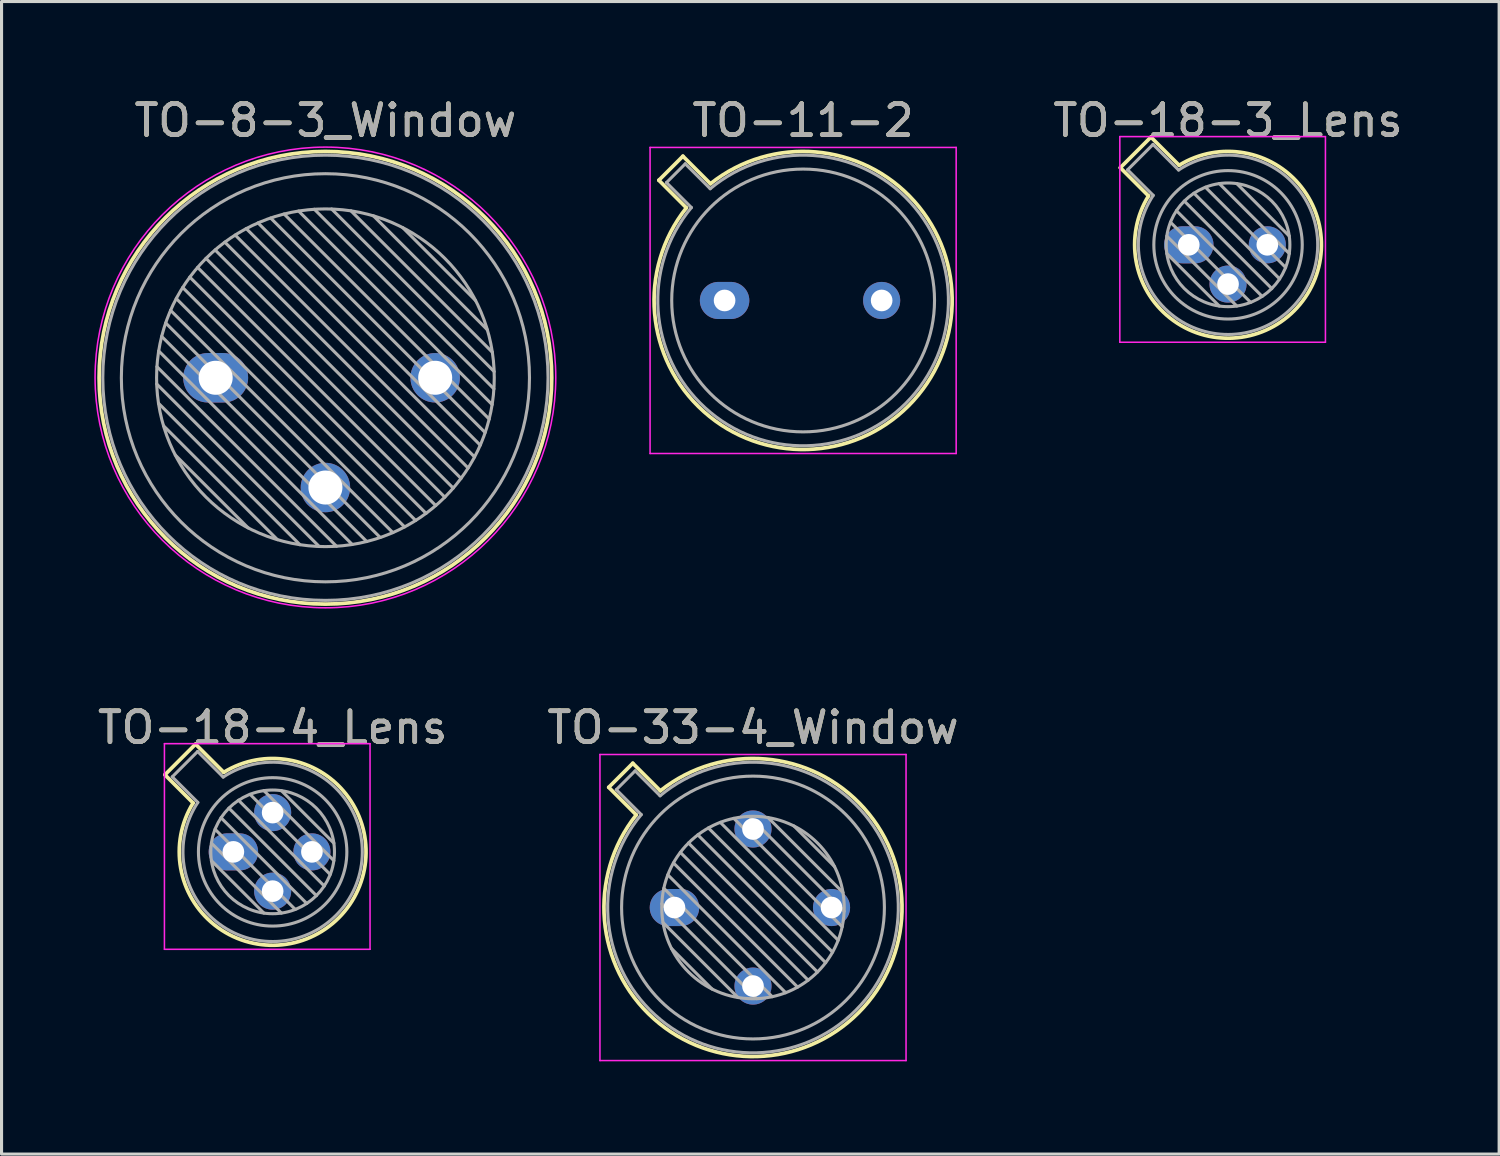
<source format=kicad_pcb>
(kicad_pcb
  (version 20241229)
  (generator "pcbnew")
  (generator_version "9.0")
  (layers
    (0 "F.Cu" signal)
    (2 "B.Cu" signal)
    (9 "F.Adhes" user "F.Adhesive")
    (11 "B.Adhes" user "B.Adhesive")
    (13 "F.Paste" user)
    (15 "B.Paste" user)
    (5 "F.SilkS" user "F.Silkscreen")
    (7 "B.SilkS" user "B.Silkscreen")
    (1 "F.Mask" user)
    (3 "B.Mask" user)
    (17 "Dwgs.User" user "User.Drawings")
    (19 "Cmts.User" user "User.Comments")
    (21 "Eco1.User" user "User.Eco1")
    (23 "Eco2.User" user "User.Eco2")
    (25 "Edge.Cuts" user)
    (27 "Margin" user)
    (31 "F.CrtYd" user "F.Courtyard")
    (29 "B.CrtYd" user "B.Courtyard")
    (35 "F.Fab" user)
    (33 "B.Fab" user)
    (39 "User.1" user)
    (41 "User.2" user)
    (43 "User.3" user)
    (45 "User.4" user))
  (footprint "TO-18-3_Lens"
    (layer "F.Cu")
    (at 35.398 4.868)
    (property "Reference" "TO-18-3_Lens" (at 1.27 -4.02 0) (layer "F.SilkS") (effects (font (size 1 1) (thickness 0.15))))
    (attr through_hole)
    (fp_line (start -2.214 -2.494) (end -1.302 -1.582) (stroke (width 0.12) (type solid)) (layer "F.SilkS"))
    (fp_line (start -1.224 -3.484) (end -2.214 -2.494) (stroke (width 0.12) (type solid)) (layer "F.SilkS"))
    (fp_line (start -0.312 -2.572) (end -1.224 -3.484) (stroke (width 0.12) (type solid)) (layer "F.SilkS"))
    (fp_arc (start -0.312331 -2.572281) (mid 3.405374 2.135551) (end -1.30215 -1.582544) (stroke (width 0.12) (type solid)) (layer "F.SilkS"))
    (fp_line (start -2.23 -3.5) (end -2.23 3.15) (stroke (width 0.05) (type solid)) (layer "F.CrtYd"))
    (fp_line (start -2.23 3.15) (end 4.42 3.15) (stroke (width 0.05) (type solid)) (layer "F.CrtYd"))
    (fp_line (start 4.42 -3.5) (end -2.23 -3.5) (stroke (width 0.05) (type solid)) (layer "F.CrtYd"))
    (fp_line (start 4.42 3.15) (end 4.42 -3.5) (stroke (width 0.05) (type solid)) (layer "F.CrtYd"))
    (fp_line (start -1.977 -2.426) (end -1.149 -1.599) (stroke (width 0.1) (type solid)) (layer "F.Fab"))
    (fp_line (start -1.156 -3.247) (end -1.977 -2.426) (stroke (width 0.1) (type solid)) (layer "F.Fab"))
    (fp_line (start -0.71 -0.283) (end 1.553 1.98) (stroke (width 0.1) (type solid)) (layer "F.Fab"))
    (fp_line (start -0.71 0.283) (end 0.987 1.98) (stroke (width 0.1) (type solid)) (layer "F.Fab"))
    (fp_line (start -0.592 -0.731) (end 2.001 1.862) (stroke (width 0.1) (type solid)) (layer "F.Fab"))
    (fp_line (start -0.399 -1.103) (end 2.373 1.669) (stroke (width 0.1) (type solid)) (layer "F.Fab"))
    (fp_line (start -0.329 -2.419) (end -1.156 -3.247) (stroke (width 0.1) (type solid)) (layer "F.Fab"))
    (fp_line (start -0.145 -1.415) (end 2.685 1.415) (stroke (width 0.1) (type solid)) (layer "F.Fab"))
    (fp_line (start 0.167 -1.669) (end 2.939 1.103) (stroke (width 0.1) (type solid)) (layer "F.Fab"))
    (fp_line (start 0.539 -1.862) (end 3.132 0.731) (stroke (width 0.1) (type solid)) (layer "F.Fab"))
    (fp_line (start 0.987 -1.98) (end 3.25 0.283) (stroke (width 0.1) (type solid)) (layer "F.Fab"))
    (fp_line (start 1.553 -1.98) (end 3.25 -0.283) (stroke (width 0.1) (type solid)) (layer "F.Fab"))
    (fp_arc (start -0.329057 -2.419301) (mid 3.321076 2.050143) (end -1.150029 -1.597956) (stroke (width 0.1) (type solid)) (layer "F.Fab"))
    (fp_circle (center 1.27 0) (end 3.27 0) (stroke (width 0.1) (type solid)) (fill no) (layer "F.Fab"))
    (fp_circle (center 1.27 0) (end 3.67 0) (stroke (width 0.1) (type solid)) (fill no) (layer "F.Fab"))
    (fp_text user "${REFERENCE}" (at 1.27 -4.02 0) (layer "F.Fab") (effects (font (size 1 1) (thickness 0.15))))
    (pad "1" thru_hole oval (at 0 0) (size 1.6 1.2) (drill 0.7) (layers "*.Cu" "*.Mask"))
    (pad "2" thru_hole oval (at 1.27 1.27) (size 1.2 1.2) (drill 0.7) (layers "*.Cu" "*.Mask"))
    (pad "3" thru_hole oval (at 2.54 0) (size 1.2 1.2) (drill 0.7) (layers "*.Cu" "*.Mask")))
  (footprint "TO-8-3_Window"
    (layer "F.Cu")
    (at 3.925 9.168)
    (property "Reference" "TO-8-3_Window" (at 3.55 -8.32 0) (layer "F.SilkS") (effects (font (size 1 1) (thickness 0.15))))
    (attr through_hole)
    (fp_circle (center 3.55 0) (end 10.87 0) (stroke (width 0.12) (type solid)) (fill no) (layer "F.SilkS"))
    (fp_circle (center 3.55 -0.01) (end 11 -0.01) (stroke (width 0.05) (type solid)) (fill no) (layer "F.CrtYd"))
    (fp_line (start -1.908 0.2) (end 3.35 5.458) (stroke (width 0.1) (type solid)) (layer "F.Fab"))
    (fp_line (start -1.9 -0.359) (end 3.909 5.45) (stroke (width 0.1) (type solid)) (layer "F.Fab"))
    (fp_line (start -1.849 0.825) (end 2.725 5.399) (stroke (width 0.1) (type solid)) (layer "F.Fab"))
    (fp_line (start -1.842 -0.867) (end 4.417 5.392) (stroke (width 0.1) (type solid)) (layer "F.Fab"))
    (fp_line (start -1.746 -1.336) (end 4.886 5.296) (stroke (width 0.1) (type solid)) (layer "F.Fab"))
    (fp_line (start -1.686 1.553) (end 1.997 5.236) (stroke (width 0.1) (type solid)) (layer "F.Fab"))
    (fp_line (start -1.616 -1.772) (end 5.322 5.166) (stroke (width 0.1) (type solid)) (layer "F.Fab"))
    (fp_line (start -1.458 -2.18) (end 5.73 5.008) (stroke (width 0.1) (type solid)) (layer "F.Fab"))
    (fp_line (start -1.307 2.498) (end 1.052 4.857) (stroke (width 0.1) (type solid)) (layer "F.Fab"))
    (fp_line (start -1.274 -2.561) (end 6.111 4.824) (stroke (width 0.1) (type solid)) (layer "F.Fab"))
    (fp_line (start -1.066 -2.919) (end 6.469 4.616) (stroke (width 0.1) (type solid)) (layer "F.Fab"))
    (fp_line (start -0.836 -3.255) (end 6.805 4.386) (stroke (width 0.1) (type solid)) (layer "F.Fab"))
    (fp_line (start -0.584 -3.569) (end 7.119 4.134) (stroke (width 0.1) (type solid)) (layer "F.Fab"))
    (fp_line (start -0.312 -3.862) (end 7.412 3.862) (stroke (width 0.1) (type solid)) (layer "F.Fab"))
    (fp_line (start -0.019 -4.134) (end 7.684 3.569) (stroke (width 0.1) (type solid)) (layer "F.Fab"))
    (fp_line (start 0.295 -4.386) (end 7.936 3.255) (stroke (width 0.1) (type solid)) (layer "F.Fab"))
    (fp_line (start 0.631 -4.616) (end 8.166 2.919) (stroke (width 0.1) (type solid)) (layer "F.Fab"))
    (fp_line (start 0.989 -4.824) (end 8.374 2.561) (stroke (width 0.1) (type solid)) (layer "F.Fab"))
    (fp_line (start 1.37 -5.008) (end 8.558 2.18) (stroke (width 0.1) (type solid)) (layer "F.Fab"))
    (fp_line (start 1.778 -5.166) (end 8.716 1.772) (stroke (width 0.1) (type solid)) (layer "F.Fab"))
    (fp_line (start 2.214 -5.296) (end 8.846 1.336) (stroke (width 0.1) (type solid)) (layer "F.Fab"))
    (fp_line (start 2.683 -5.392) (end 8.942 0.867) (stroke (width 0.1) (type solid)) (layer "F.Fab"))
    (fp_line (start 3.191 -5.45) (end 9 0.359) (stroke (width 0.1) (type solid)) (layer "F.Fab"))
    (fp_line (start 3.75 -5.458) (end 9.008 -0.2) (stroke (width 0.1) (type solid)) (layer "F.Fab"))
    (fp_line (start 4.375 -5.399) (end 8.949 -0.825) (stroke (width 0.1) (type solid)) (layer "F.Fab"))
    (fp_line (start 5.103 -5.236) (end 8.786 -1.553) (stroke (width 0.1) (type solid)) (layer "F.Fab"))
    (fp_line (start 6.048 -4.857) (end 8.407 -2.498) (stroke (width 0.1) (type solid)) (layer "F.Fab"))
    (fp_circle (center 3.55 0) (end 9.011 0) (stroke (width 0.1) (type solid)) (fill no) (layer "F.Fab"))
    (fp_circle (center 3.55 0) (end 10.15 0) (stroke (width 0.1) (type solid)) (fill no) (layer "F.Fab"))
    (fp_circle (center 3.55 0) (end 10.75 0) (stroke (width 0.1) (type solid)) (fill no) (layer "F.Fab"))
    (fp_text user "${REFERENCE}" (at 3.55 -8.32 0) (layer "F.Fab") (effects (font (size 1 1) (thickness 0.15))))
    (pad "1" thru_hole oval (at 0 0) (size 2.1 1.6) (drill 1.1) (layers "*.Cu" "*.Mask"))
    (pad "2" thru_hole oval (at 3.55 3.55) (size 1.6 1.6) (drill 1.1) (layers "*.Cu" "*.Mask"))
    (pad "3" thru_hole oval (at 7.1 0) (size 1.6 1.6) (drill 1.1) (layers "*.Cu" "*.Mask")))
  (footprint "TO-33-4_Window"
    (layer "F.Cu")
    (at 18.764 26.302)
    (property "Reference" "TO-33-4_Window" (at 2.54 -5.82 0) (layer "F.SilkS") (effects (font (size 1 1) (thickness 0.15))))
    (attr through_hole)
    (fp_line (start -2.126 -3.888) (end -1.235 -2.997) (stroke (width 0.12) (type solid)) (layer "F.SilkS"))
    (fp_line (start -1.348 -4.666) (end -2.126 -3.888) (stroke (width 0.12) (type solid)) (layer "F.SilkS"))
    (fp_line (start -0.457 -3.775) (end -1.348 -4.666) (stroke (width 0.12) (type solid)) (layer "F.SilkS"))
    (fp_arc (start -0.457084 -3.774902) (mid 5.948125 3.408384) (end -1.234674 -2.997371) (stroke (width 0.12) (type solid)) (layer "F.SilkS"))
    (fp_line (start -2.41 -4.95) (end -2.41 4.95) (stroke (width 0.05) (type solid)) (layer "F.CrtYd"))
    (fp_line (start -2.41 4.95) (end 7.49 4.95) (stroke (width 0.05) (type solid)) (layer "F.CrtYd"))
    (fp_line (start 7.49 -4.95) (end -2.41 -4.95) (stroke (width 0.05) (type solid)) (layer "F.CrtYd"))
    (fp_line (start 7.49 4.95) (end 7.49 -4.95) (stroke (width 0.05) (type solid)) (layer "F.CrtYd"))
    (fp_line (start -1.88 -3.812) (end -1.074 -3.005) (stroke (width 0.1) (type solid)) (layer "F.Fab"))
    (fp_line (start -1.272 -4.42) (end -1.88 -3.812) (stroke (width 0.1) (type solid)) (layer "F.Fab"))
    (fp_line (start -0.465 -3.614) (end -1.272 -4.42) (stroke (width 0.1) (type solid)) (layer "F.Fab"))
    (fp_line (start -0.408 -0.12) (end 2.66 2.948) (stroke (width 0.1) (type solid)) (layer "F.Fab"))
    (fp_line (start -0.371 0.485) (end 2.055 2.911) (stroke (width 0.1) (type solid)) (layer "F.Fab"))
    (fp_line (start -0.344 -0.622) (end 3.162 2.884) (stroke (width 0.1) (type solid)) (layer "F.Fab"))
    (fp_line (start -0.215 -1.058) (end 3.598 2.755) (stroke (width 0.1) (type solid)) (layer "F.Fab"))
    (fp_line (start -0.097 1.324) (end 1.216 2.637) (stroke (width 0.1) (type solid)) (layer "F.Fab"))
    (fp_line (start -0.034 -1.443) (end 3.983 2.574) (stroke (width 0.1) (type solid)) (layer "F.Fab"))
    (fp_line (start 0.19 -1.784) (end 4.324 2.35) (stroke (width 0.1) (type solid)) (layer "F.Fab"))
    (fp_line (start 0.454 -2.086) (end 4.626 2.086) (stroke (width 0.1) (type solid)) (layer "F.Fab"))
    (fp_line (start 0.756 -2.35) (end 4.89 1.784) (stroke (width 0.1) (type solid)) (layer "F.Fab"))
    (fp_line (start 1.097 -2.574) (end 5.114 1.443) (stroke (width 0.1) (type solid)) (layer "F.Fab"))
    (fp_line (start 1.482 -2.755) (end 5.295 1.058) (stroke (width 0.1) (type solid)) (layer "F.Fab"))
    (fp_line (start 1.918 -2.884) (end 5.424 0.622) (stroke (width 0.1) (type solid)) (layer "F.Fab"))
    (fp_line (start 2.42 -2.948) (end 5.488 0.12) (stroke (width 0.1) (type solid)) (layer "F.Fab"))
    (fp_line (start 3.025 -2.911) (end 5.451 -0.485) (stroke (width 0.1) (type solid)) (layer "F.Fab"))
    (fp_line (start 3.864 -2.637) (end 5.177 -1.324) (stroke (width 0.1) (type solid)) (layer "F.Fab"))
    (fp_arc (start -0.465408 -3.61352) (mid 5.863443 3.323361) (end -1.073594 -3.005319) (stroke (width 0.1) (type solid)) (layer "F.Fab"))
    (fp_circle (center 2.54 0) (end 5.49 0) (stroke (width 0.1) (type solid)) (fill no) (layer "F.Fab"))
    (fp_circle (center 2.54 0) (end 6.79 0) (stroke (width 0.1) (type solid)) (fill no) (layer "F.Fab"))
    (fp_text user "${REFERENCE}" (at 2.54 -5.82 0) (layer "F.Fab") (effects (font (size 1 1) (thickness 0.15))))
    (pad "1" thru_hole oval (at 0 0) (size 1.6 1.2) (drill 0.7) (layers "*.Cu" "*.Mask"))
    (pad "2" thru_hole oval (at 2.54 2.54) (size 1.2 1.2) (drill 0.7) (layers "*.Cu" "*.Mask"))
    (pad "3" thru_hole oval (at 5.08 0) (size 1.2 1.2) (drill 0.7) (layers "*.Cu" "*.Mask"))
    (pad "4" thru_hole oval (at 2.54 -2.54) (size 1.2 1.2) (drill 0.7) (layers "*.Cu" "*.Mask")))
  (footprint "TO-11-2"
    (layer "F.Cu")
    (at 20.385 6.668)
    (property "Reference" "TO-11-2" (at 2.54 -5.82 0) (layer "F.SilkS") (effects (font (size 1 1) (thickness 0.15))))
    (attr through_hole)
    (fp_line (start -2.126 -3.888) (end -1.235 -2.997) (stroke (width 0.12) (type solid)) (layer "F.SilkS"))
    (fp_line (start -1.348 -4.666) (end -2.126 -3.888) (stroke (width 0.12) (type solid)) (layer "F.SilkS"))
    (fp_line (start -0.457 -3.775) (end -1.348 -4.666) (stroke (width 0.12) (type solid)) (layer "F.SilkS"))
    (fp_arc (start -0.457084 -3.774902) (mid 5.948125 3.408384) (end -1.234674 -2.997371) (stroke (width 0.12) (type solid)) (layer "F.SilkS"))
    (fp_line (start -2.41 -4.95) (end -2.41 4.95) (stroke (width 0.05) (type solid)) (layer "F.CrtYd"))
    (fp_line (start -2.41 4.95) (end 7.49 4.95) (stroke (width 0.05) (type solid)) (layer "F.CrtYd"))
    (fp_line (start 7.49 -4.95) (end -2.41 -4.95) (stroke (width 0.05) (type solid)) (layer "F.CrtYd"))
    (fp_line (start 7.49 4.95) (end 7.49 -4.95) (stroke (width 0.05) (type solid)) (layer "F.CrtYd"))
    (fp_line (start -1.88 -3.812) (end -1.074 -3.005) (stroke (width 0.1) (type solid)) (layer "F.Fab"))
    (fp_line (start -1.272 -4.42) (end -1.88 -3.812) (stroke (width 0.1) (type solid)) (layer "F.Fab"))
    (fp_line (start -0.465 -3.614) (end -1.272 -4.42) (stroke (width 0.1) (type solid)) (layer "F.Fab"))
    (fp_arc (start -0.465408 -3.61352) (mid 5.863443 3.323361) (end -1.073594 -3.005319) (stroke (width 0.1) (type solid)) (layer "F.Fab"))
    (fp_circle (center 2.54 0) (end 6.79 0) (stroke (width 0.1) (type solid)) (fill no) (layer "F.Fab"))
    (fp_text user "${REFERENCE}" (at 2.54 -5.82 0) (layer "F.Fab") (effects (font (size 1 1) (thickness 0.15))))
    (pad "1" thru_hole oval (at 0 0) (size 1.6 1.2) (drill 0.7) (layers "*.Cu" "*.Mask"))
    (pad "2" thru_hole oval (at 5.08 0) (size 1.2 1.2) (drill 0.7) (layers "*.Cu" "*.Mask")))
  (footprint "TO-18-4_Lens"
    (layer "F.Cu")
    (at 4.498 24.502)
    (property "Reference" "TO-18-4_Lens" (at 1.27 -4.02 0) (layer "F.SilkS") (effects (font (size 1 1) (thickness 0.15))))
    (attr through_hole)
    (fp_line (start -2.214 -2.494) (end -1.302 -1.582) (stroke (width 0.12) (type solid)) (layer "F.SilkS"))
    (fp_line (start -1.224 -3.484) (end -2.214 -2.494) (stroke (width 0.12) (type solid)) (layer "F.SilkS"))
    (fp_line (start -0.312 -2.572) (end -1.224 -3.484) (stroke (width 0.12) (type solid)) (layer "F.SilkS"))
    (fp_arc (start -0.312331 -2.572281) (mid 3.405374 2.135551) (end -1.30215 -1.582544) (stroke (width 0.12) (type solid)) (layer "F.SilkS"))
    (fp_line (start -2.23 -3.5) (end -2.23 3.15) (stroke (width 0.05) (type solid)) (layer "F.CrtYd"))
    (fp_line (start -2.23 3.15) (end 4.42 3.15) (stroke (width 0.05) (type solid)) (layer "F.CrtYd"))
    (fp_line (start 4.42 -3.5) (end -2.23 -3.5) (stroke (width 0.05) (type solid)) (layer "F.CrtYd"))
    (fp_line (start 4.42 3.15) (end 4.42 -3.5) (stroke (width 0.05) (type solid)) (layer "F.CrtYd"))
    (fp_line (start -1.977 -2.426) (end -1.149 -1.599) (stroke (width 0.1) (type solid)) (layer "F.Fab"))
    (fp_line (start -1.156 -3.247) (end -1.977 -2.426) (stroke (width 0.1) (type solid)) (layer "F.Fab"))
    (fp_line (start -0.71 -0.283) (end 1.553 1.98) (stroke (width 0.1) (type solid)) (layer "F.Fab"))
    (fp_line (start -0.71 0.283) (end 0.987 1.98) (stroke (width 0.1) (type solid)) (layer "F.Fab"))
    (fp_line (start -0.592 -0.731) (end 2.001 1.862) (stroke (width 0.1) (type solid)) (layer "F.Fab"))
    (fp_line (start -0.399 -1.103) (end 2.373 1.669) (stroke (width 0.1) (type solid)) (layer "F.Fab"))
    (fp_line (start -0.329 -2.419) (end -1.156 -3.247) (stroke (width 0.1) (type solid)) (layer "F.Fab"))
    (fp_line (start -0.145 -1.415) (end 2.685 1.415) (stroke (width 0.1) (type solid)) (layer "F.Fab"))
    (fp_line (start 0.167 -1.669) (end 2.939 1.103) (stroke (width 0.1) (type solid)) (layer "F.Fab"))
    (fp_line (start 0.539 -1.862) (end 3.132 0.731) (stroke (width 0.1) (type solid)) (layer "F.Fab"))
    (fp_line (start 0.987 -1.98) (end 3.25 0.283) (stroke (width 0.1) (type solid)) (layer "F.Fab"))
    (fp_line (start 1.553 -1.98) (end 3.25 -0.283) (stroke (width 0.1) (type solid)) (layer "F.Fab"))
    (fp_arc (start -0.329057 -2.419301) (mid 3.321076 2.050143) (end -1.150029 -1.597956) (stroke (width 0.1) (type solid)) (layer "F.Fab"))
    (fp_circle (center 1.27 0) (end 3.27 0) (stroke (width 0.1) (type solid)) (fill no) (layer "F.Fab"))
    (fp_circle (center 1.27 0) (end 3.67 0) (stroke (width 0.1) (type solid)) (fill no) (layer "F.Fab"))
    (fp_text user "${REFERENCE}" (at 1.27 -4.02 0) (layer "F.Fab") (effects (font (size 1 1) (thickness 0.15))))
    (pad "1" thru_hole oval (at 0 0) (size 1.6 1.2) (drill 0.7) (layers "*.Cu" "*.Mask"))
    (pad "2" thru_hole oval (at 1.27 1.27) (size 1.2 1.2) (drill 0.7) (layers "*.Cu" "*.Mask"))
    (pad "3" thru_hole oval (at 2.54 0) (size 1.2 1.2) (drill 0.7) (layers "*.Cu" "*.Mask"))
    (pad "4" thru_hole oval (at 1.27 -1.27) (size 1.2 1.2) (drill 0.7) (layers "*.Cu" "*.Mask")))
  (gr_rect
    (start -3 -3)
    (end 45.436 34.276)
    (stroke (width 0.1) (type default))
    (fill no)
    (layer "Edge.Cuts")))
</source>
